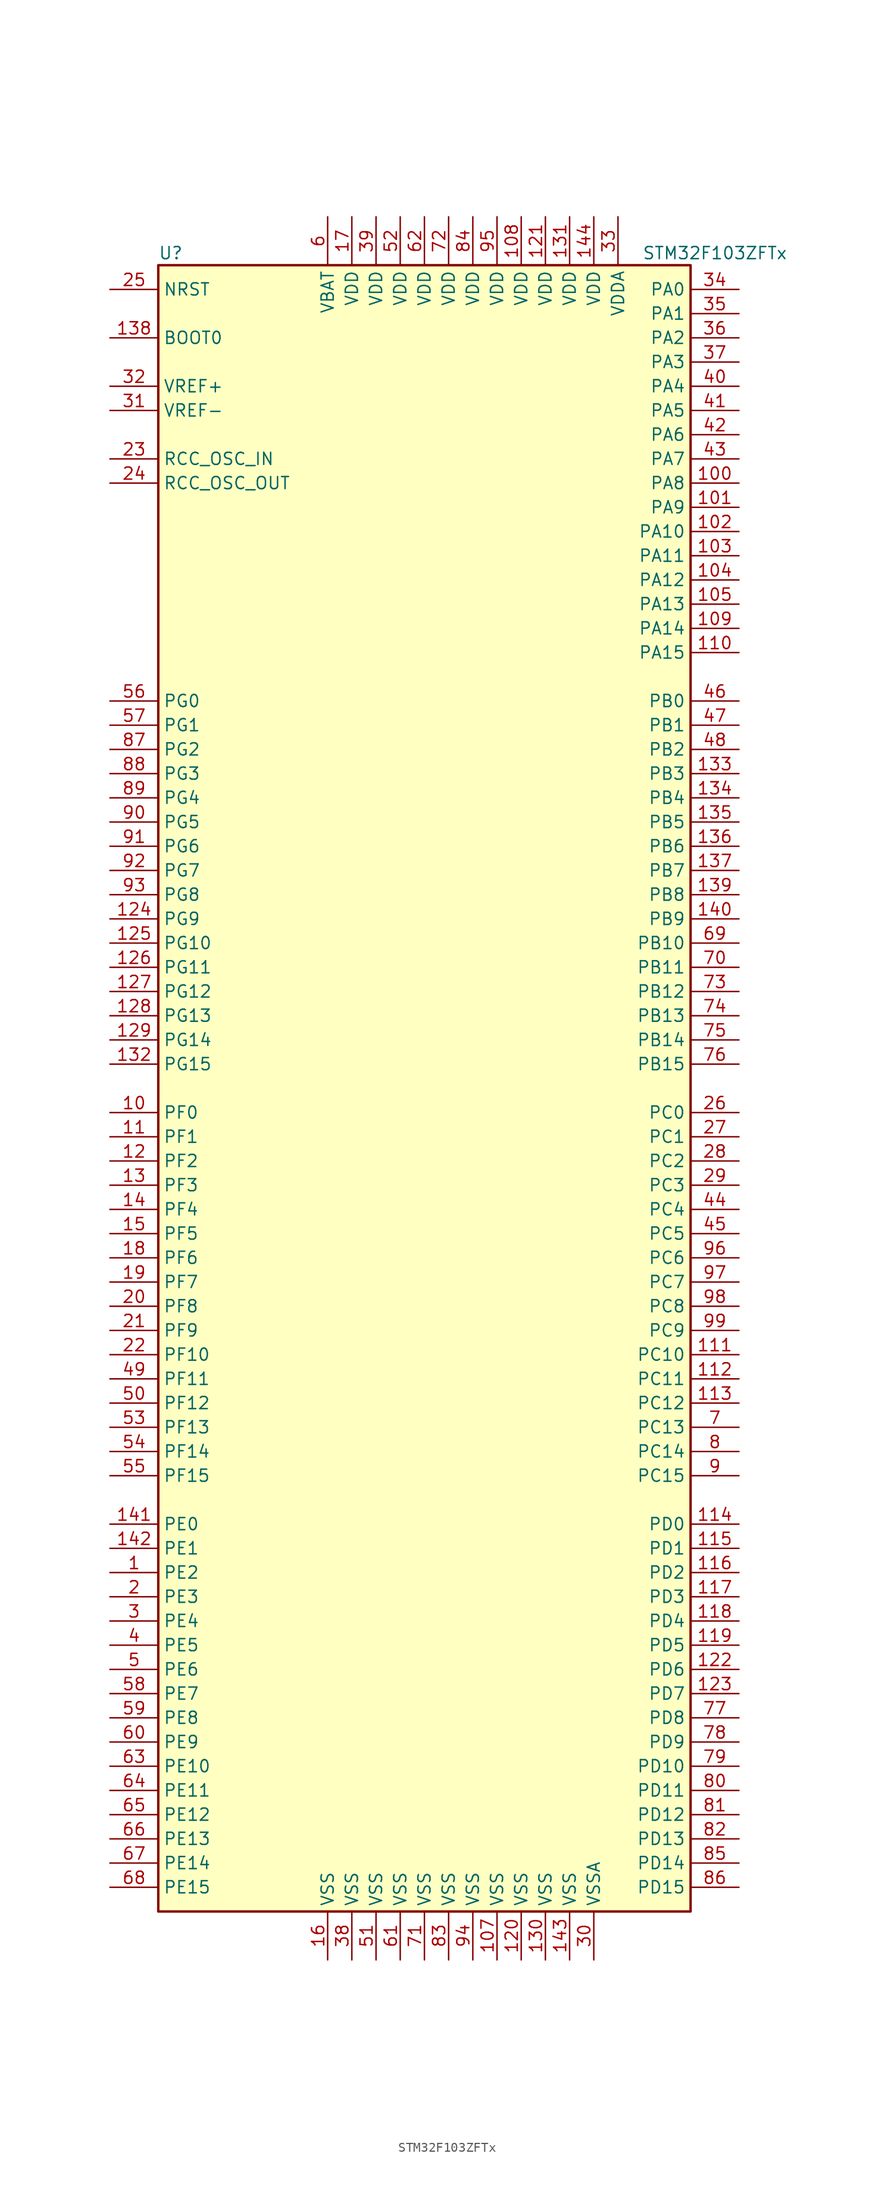
<source format=kicad_sym>
(kicad_symbol_lib
  (version 20201005)
  (generator kicad_symbol_editor)
  (symbol "MCU_ST_STM32F1:STM32F103ZFTx"
    (property "Reference" "U"
      (at -27.94 87.63 0)
      (effects (font (size 1.27 1.27)) (justify left)))
    (property "Value" "STM32F103ZFTx"
      (at 22.86 87.63 0)
      (effects (font (size 1.27 1.27)) (justify left)))
    (symbol "STM32F103ZFTx_0_1"
      (rectangle (start -27.94 -86.36) (end 27.94 86.36) (stroke (width 0.254)) (fill (type background))))
    (symbol "STM32F103ZFTx_1_1"
      (pin input line (at -33.02 78.74 0) (length 5.08) (name "BOOT0" (effects (font (size 1.27 1.27)))) (number "138" (effects (font (size 1.27 1.27)))))
      (pin no_connect line (at -27.94 -83.82 0) (length 5.08) hide (name "NC" (effects (font (size 1.27 1.27)))) (number "106" (effects (font (size 1.27 1.27)))))
      (pin input line (at -33.02 83.82 0) (length 5.08) (name "NRST" (effects (font (size 1.27 1.27)))) (number "25" (effects (font (size 1.27 1.27)))))
      (pin bidirectional line (at 33.02 83.82 180) (length 5.08) (name "PA0" (effects (font (size 1.27 1.27)))) (number "34" (effects (font (size 1.27 1.27)))))
      (pin bidirectional line (at 33.02 81.28 180) (length 5.08) (name "PA1" (effects (font (size 1.27 1.27)))) (number "35" (effects (font (size 1.27 1.27)))))
      (pin bidirectional line (at 33.02 58.42 180) (length 5.08) (name "PA10" (effects (font (size 1.27 1.27)))) (number "102" (effects (font (size 1.27 1.27)))))
      (pin bidirectional line (at 33.02 55.88 180) (length 5.08) (name "PA11" (effects (font (size 1.27 1.27)))) (number "103" (effects (font (size 1.27 1.27)))))
      (pin bidirectional line (at 33.02 53.34 180) (length 5.08) (name "PA12" (effects (font (size 1.27 1.27)))) (number "104" (effects (font (size 1.27 1.27)))))
      (pin bidirectional line (at 33.02 50.8 180) (length 5.08) (name "PA13" (effects (font (size 1.27 1.27)))) (number "105" (effects (font (size 1.27 1.27)))))
      (pin bidirectional line (at 33.02 48.26 180) (length 5.08) (name "PA14" (effects (font (size 1.27 1.27)))) (number "109" (effects (font (size 1.27 1.27)))))
      (pin bidirectional line (at 33.02 45.72 180) (length 5.08) (name "PA15" (effects (font (size 1.27 1.27)))) (number "110" (effects (font (size 1.27 1.27)))))
      (pin bidirectional line (at 33.02 78.74 180) (length 5.08) (name "PA2" (effects (font (size 1.27 1.27)))) (number "36" (effects (font (size 1.27 1.27)))))
      (pin bidirectional line (at 33.02 76.2 180) (length 5.08) (name "PA3" (effects (font (size 1.27 1.27)))) (number "37" (effects (font (size 1.27 1.27)))))
      (pin bidirectional line (at 33.02 73.66 180) (length 5.08) (name "PA4" (effects (font (size 1.27 1.27)))) (number "40" (effects (font (size 1.27 1.27)))))
      (pin bidirectional line (at 33.02 71.12 180) (length 5.08) (name "PA5" (effects (font (size 1.27 1.27)))) (number "41" (effects (font (size 1.27 1.27)))))
      (pin bidirectional line (at 33.02 68.58 180) (length 5.08) (name "PA6" (effects (font (size 1.27 1.27)))) (number "42" (effects (font (size 1.27 1.27)))))
      (pin bidirectional line (at 33.02 66.04 180) (length 5.08) (name "PA7" (effects (font (size 1.27 1.27)))) (number "43" (effects (font (size 1.27 1.27)))))
      (pin bidirectional line (at 33.02 63.5 180) (length 5.08) (name "PA8" (effects (font (size 1.27 1.27)))) (number "100" (effects (font (size 1.27 1.27)))))
      (pin bidirectional line (at 33.02 60.96 180) (length 5.08) (name "PA9" (effects (font (size 1.27 1.27)))) (number "101" (effects (font (size 1.27 1.27)))))
      (pin bidirectional line (at 33.02 40.64 180) (length 5.08) (name "PB0" (effects (font (size 1.27 1.27)))) (number "46" (effects (font (size 1.27 1.27)))))
      (pin bidirectional line (at 33.02 38.1 180) (length 5.08) (name "PB1" (effects (font (size 1.27 1.27)))) (number "47" (effects (font (size 1.27 1.27)))))
      (pin bidirectional line (at 33.02 15.24 180) (length 5.08) (name "PB10" (effects (font (size 1.27 1.27)))) (number "69" (effects (font (size 1.27 1.27)))))
      (pin bidirectional line (at 33.02 12.7 180) (length 5.08) (name "PB11" (effects (font (size 1.27 1.27)))) (number "70" (effects (font (size 1.27 1.27)))))
      (pin bidirectional line (at 33.02 10.16 180) (length 5.08) (name "PB12" (effects (font (size 1.27 1.27)))) (number "73" (effects (font (size 1.27 1.27)))))
      (pin bidirectional line (at 33.02 7.62 180) (length 5.08) (name "PB13" (effects (font (size 1.27 1.27)))) (number "74" (effects (font (size 1.27 1.27)))))
      (pin bidirectional line (at 33.02 5.08 180) (length 5.08) (name "PB14" (effects (font (size 1.27 1.27)))) (number "75" (effects (font (size 1.27 1.27)))))
      (pin bidirectional line (at 33.02 2.54 180) (length 5.08) (name "PB15" (effects (font (size 1.27 1.27)))) (number "76" (effects (font (size 1.27 1.27)))))
      (pin bidirectional line (at 33.02 35.56 180) (length 5.08) (name "PB2" (effects (font (size 1.27 1.27)))) (number "48" (effects (font (size 1.27 1.27)))))
      (pin bidirectional line (at 33.02 33.02 180) (length 5.08) (name "PB3" (effects (font (size 1.27 1.27)))) (number "133" (effects (font (size 1.27 1.27)))))
      (pin bidirectional line (at 33.02 30.48 180) (length 5.08) (name "PB4" (effects (font (size 1.27 1.27)))) (number "134" (effects (font (size 1.27 1.27)))))
      (pin bidirectional line (at 33.02 27.94 180) (length 5.08) (name "PB5" (effects (font (size 1.27 1.27)))) (number "135" (effects (font (size 1.27 1.27)))))
      (pin bidirectional line (at 33.02 25.4 180) (length 5.08) (name "PB6" (effects (font (size 1.27 1.27)))) (number "136" (effects (font (size 1.27 1.27)))))
      (pin bidirectional line (at 33.02 22.86 180) (length 5.08) (name "PB7" (effects (font (size 1.27 1.27)))) (number "137" (effects (font (size 1.27 1.27)))))
      (pin bidirectional line (at 33.02 20.32 180) (length 5.08) (name "PB8" (effects (font (size 1.27 1.27)))) (number "139" (effects (font (size 1.27 1.27)))))
      (pin bidirectional line (at 33.02 17.78 180) (length 5.08) (name "PB9" (effects (font (size 1.27 1.27)))) (number "140" (effects (font (size 1.27 1.27)))))
      (pin bidirectional line (at 33.02 -2.54 180) (length 5.08) (name "PC0" (effects (font (size 1.27 1.27)))) (number "26" (effects (font (size 1.27 1.27)))))
      (pin bidirectional line (at 33.02 -5.08 180) (length 5.08) (name "PC1" (effects (font (size 1.27 1.27)))) (number "27" (effects (font (size 1.27 1.27)))))
      (pin bidirectional line (at 33.02 -27.94 180) (length 5.08) (name "PC10" (effects (font (size 1.27 1.27)))) (number "111" (effects (font (size 1.27 1.27)))))
      (pin bidirectional line (at 33.02 -30.48 180) (length 5.08) (name "PC11" (effects (font (size 1.27 1.27)))) (number "112" (effects (font (size 1.27 1.27)))))
      (pin bidirectional line (at 33.02 -33.02 180) (length 5.08) (name "PC12" (effects (font (size 1.27 1.27)))) (number "113" (effects (font (size 1.27 1.27)))))
      (pin bidirectional line (at 33.02 -35.56 180) (length 5.08) (name "PC13" (effects (font (size 1.27 1.27)))) (number "7" (effects (font (size 1.27 1.27)))))
      (pin bidirectional line (at 33.02 -38.1 180) (length 5.08) (name "PC14" (effects (font (size 1.27 1.27)))) (number "8" (effects (font (size 1.27 1.27)))))
      (pin bidirectional line (at 33.02 -40.64 180) (length 5.08) (name "PC15" (effects (font (size 1.27 1.27)))) (number "9" (effects (font (size 1.27 1.27)))))
      (pin bidirectional line (at 33.02 -7.62 180) (length 5.08) (name "PC2" (effects (font (size 1.27 1.27)))) (number "28" (effects (font (size 1.27 1.27)))))
      (pin bidirectional line (at 33.02 -10.16 180) (length 5.08) (name "PC3" (effects (font (size 1.27 1.27)))) (number "29" (effects (font (size 1.27 1.27)))))
      (pin bidirectional line (at 33.02 -12.7 180) (length 5.08) (name "PC4" (effects (font (size 1.27 1.27)))) (number "44" (effects (font (size 1.27 1.27)))))
      (pin bidirectional line (at 33.02 -15.24 180) (length 5.08) (name "PC5" (effects (font (size 1.27 1.27)))) (number "45" (effects (font (size 1.27 1.27)))))
      (pin bidirectional line (at 33.02 -17.78 180) (length 5.08) (name "PC6" (effects (font (size 1.27 1.27)))) (number "96" (effects (font (size 1.27 1.27)))))
      (pin bidirectional line (at 33.02 -20.32 180) (length 5.08) (name "PC7" (effects (font (size 1.27 1.27)))) (number "97" (effects (font (size 1.27 1.27)))))
      (pin bidirectional line (at 33.02 -22.86 180) (length 5.08) (name "PC8" (effects (font (size 1.27 1.27)))) (number "98" (effects (font (size 1.27 1.27)))))
      (pin bidirectional line (at 33.02 -25.4 180) (length 5.08) (name "PC9" (effects (font (size 1.27 1.27)))) (number "99" (effects (font (size 1.27 1.27)))))
      (pin bidirectional line (at 33.02 -45.72 180) (length 5.08) (name "PD0" (effects (font (size 1.27 1.27)))) (number "114" (effects (font (size 1.27 1.27)))))
      (pin bidirectional line (at 33.02 -48.26 180) (length 5.08) (name "PD1" (effects (font (size 1.27 1.27)))) (number "115" (effects (font (size 1.27 1.27)))))
      (pin bidirectional line (at 33.02 -71.12 180) (length 5.08) (name "PD10" (effects (font (size 1.27 1.27)))) (number "79" (effects (font (size 1.27 1.27)))))
      (pin bidirectional line (at 33.02 -73.66 180) (length 5.08) (name "PD11" (effects (font (size 1.27 1.27)))) (number "80" (effects (font (size 1.27 1.27)))))
      (pin bidirectional line (at 33.02 -76.2 180) (length 5.08) (name "PD12" (effects (font (size 1.27 1.27)))) (number "81" (effects (font (size 1.27 1.27)))))
      (pin bidirectional line (at 33.02 -78.74 180) (length 5.08) (name "PD13" (effects (font (size 1.27 1.27)))) (number "82" (effects (font (size 1.27 1.27)))))
      (pin bidirectional line (at 33.02 -81.28 180) (length 5.08) (name "PD14" (effects (font (size 1.27 1.27)))) (number "85" (effects (font (size 1.27 1.27)))))
      (pin bidirectional line (at 33.02 -83.82 180) (length 5.08) (name "PD15" (effects (font (size 1.27 1.27)))) (number "86" (effects (font (size 1.27 1.27)))))
      (pin bidirectional line (at 33.02 -50.8 180) (length 5.08) (name "PD2" (effects (font (size 1.27 1.27)))) (number "116" (effects (font (size 1.27 1.27)))))
      (pin bidirectional line (at 33.02 -53.34 180) (length 5.08) (name "PD3" (effects (font (size 1.27 1.27)))) (number "117" (effects (font (size 1.27 1.27)))))
      (pin bidirectional line (at 33.02 -55.88 180) (length 5.08) (name "PD4" (effects (font (size 1.27 1.27)))) (number "118" (effects (font (size 1.27 1.27)))))
      (pin bidirectional line (at 33.02 -58.42 180) (length 5.08) (name "PD5" (effects (font (size 1.27 1.27)))) (number "119" (effects (font (size 1.27 1.27)))))
      (pin bidirectional line (at 33.02 -60.96 180) (length 5.08) (name "PD6" (effects (font (size 1.27 1.27)))) (number "122" (effects (font (size 1.27 1.27)))))
      (pin bidirectional line (at 33.02 -63.5 180) (length 5.08) (name "PD7" (effects (font (size 1.27 1.27)))) (number "123" (effects (font (size 1.27 1.27)))))
      (pin bidirectional line (at 33.02 -66.04 180) (length 5.08) (name "PD8" (effects (font (size 1.27 1.27)))) (number "77" (effects (font (size 1.27 1.27)))))
      (pin bidirectional line (at 33.02 -68.58 180) (length 5.08) (name "PD9" (effects (font (size 1.27 1.27)))) (number "78" (effects (font (size 1.27 1.27)))))
      (pin bidirectional line (at -33.02 -45.72 0) (length 5.08) (name "PE0" (effects (font (size 1.27 1.27)))) (number "141" (effects (font (size 1.27 1.27)))))
      (pin bidirectional line (at -33.02 -48.26 0) (length 5.08) (name "PE1" (effects (font (size 1.27 1.27)))) (number "142" (effects (font (size 1.27 1.27)))))
      (pin bidirectional line (at -33.02 -71.12 0) (length 5.08) (name "PE10" (effects (font (size 1.27 1.27)))) (number "63" (effects (font (size 1.27 1.27)))))
      (pin bidirectional line (at -33.02 -73.66 0) (length 5.08) (name "PE11" (effects (font (size 1.27 1.27)))) (number "64" (effects (font (size 1.27 1.27)))))
      (pin bidirectional line (at -33.02 -76.2 0) (length 5.08) (name "PE12" (effects (font (size 1.27 1.27)))) (number "65" (effects (font (size 1.27 1.27)))))
      (pin bidirectional line (at -33.02 -78.74 0) (length 5.08) (name "PE13" (effects (font (size 1.27 1.27)))) (number "66" (effects (font (size 1.27 1.27)))))
      (pin bidirectional line (at -33.02 -81.28 0) (length 5.08) (name "PE14" (effects (font (size 1.27 1.27)))) (number "67" (effects (font (size 1.27 1.27)))))
      (pin bidirectional line (at -33.02 -83.82 0) (length 5.08) (name "PE15" (effects (font (size 1.27 1.27)))) (number "68" (effects (font (size 1.27 1.27)))))
      (pin bidirectional line (at -33.02 -50.8 0) (length 5.08) (name "PE2" (effects (font (size 1.27 1.27)))) (number "1" (effects (font (size 1.27 1.27)))))
      (pin bidirectional line (at -33.02 -53.34 0) (length 5.08) (name "PE3" (effects (font (size 1.27 1.27)))) (number "2" (effects (font (size 1.27 1.27)))))
      (pin bidirectional line (at -33.02 -55.88 0) (length 5.08) (name "PE4" (effects (font (size 1.27 1.27)))) (number "3" (effects (font (size 1.27 1.27)))))
      (pin bidirectional line (at -33.02 -58.42 0) (length 5.08) (name "PE5" (effects (font (size 1.27 1.27)))) (number "4" (effects (font (size 1.27 1.27)))))
      (pin bidirectional line (at -33.02 -60.96 0) (length 5.08) (name "PE6" (effects (font (size 1.27 1.27)))) (number "5" (effects (font (size 1.27 1.27)))))
      (pin bidirectional line (at -33.02 -63.5 0) (length 5.08) (name "PE7" (effects (font (size 1.27 1.27)))) (number "58" (effects (font (size 1.27 1.27)))))
      (pin bidirectional line (at -33.02 -66.04 0) (length 5.08) (name "PE8" (effects (font (size 1.27 1.27)))) (number "59" (effects (font (size 1.27 1.27)))))
      (pin bidirectional line (at -33.02 -68.58 0) (length 5.08) (name "PE9" (effects (font (size 1.27 1.27)))) (number "60" (effects (font (size 1.27 1.27)))))
      (pin bidirectional line (at -33.02 -2.54 0) (length 5.08) (name "PF0" (effects (font (size 1.27 1.27)))) (number "10" (effects (font (size 1.27 1.27)))))
      (pin bidirectional line (at -33.02 -5.08 0) (length 5.08) (name "PF1" (effects (font (size 1.27 1.27)))) (number "11" (effects (font (size 1.27 1.27)))))
      (pin bidirectional line (at -33.02 -27.94 0) (length 5.08) (name "PF10" (effects (font (size 1.27 1.27)))) (number "22" (effects (font (size 1.27 1.27)))))
      (pin bidirectional line (at -33.02 -30.48 0) (length 5.08) (name "PF11" (effects (font (size 1.27 1.27)))) (number "49" (effects (font (size 1.27 1.27)))))
      (pin bidirectional line (at -33.02 -33.02 0) (length 5.08) (name "PF12" (effects (font (size 1.27 1.27)))) (number "50" (effects (font (size 1.27 1.27)))))
      (pin bidirectional line (at -33.02 -35.56 0) (length 5.08) (name "PF13" (effects (font (size 1.27 1.27)))) (number "53" (effects (font (size 1.27 1.27)))))
      (pin bidirectional line (at -33.02 -38.1 0) (length 5.08) (name "PF14" (effects (font (size 1.27 1.27)))) (number "54" (effects (font (size 1.27 1.27)))))
      (pin bidirectional line (at -33.02 -40.64 0) (length 5.08) (name "PF15" (effects (font (size 1.27 1.27)))) (number "55" (effects (font (size 1.27 1.27)))))
      (pin bidirectional line (at -33.02 -7.62 0) (length 5.08) (name "PF2" (effects (font (size 1.27 1.27)))) (number "12" (effects (font (size 1.27 1.27)))))
      (pin bidirectional line (at -33.02 -10.16 0) (length 5.08) (name "PF3" (effects (font (size 1.27 1.27)))) (number "13" (effects (font (size 1.27 1.27)))))
      (pin bidirectional line (at -33.02 -12.7 0) (length 5.08) (name "PF4" (effects (font (size 1.27 1.27)))) (number "14" (effects (font (size 1.27 1.27)))))
      (pin bidirectional line (at -33.02 -15.24 0) (length 5.08) (name "PF5" (effects (font (size 1.27 1.27)))) (number "15" (effects (font (size 1.27 1.27)))))
      (pin bidirectional line (at -33.02 -17.78 0) (length 5.08) (name "PF6" (effects (font (size 1.27 1.27)))) (number "18" (effects (font (size 1.27 1.27)))))
      (pin bidirectional line (at -33.02 -20.32 0) (length 5.08) (name "PF7" (effects (font (size 1.27 1.27)))) (number "19" (effects (font (size 1.27 1.27)))))
      (pin bidirectional line (at -33.02 -22.86 0) (length 5.08) (name "PF8" (effects (font (size 1.27 1.27)))) (number "20" (effects (font (size 1.27 1.27)))))
      (pin bidirectional line (at -33.02 -25.4 0) (length 5.08) (name "PF9" (effects (font (size 1.27 1.27)))) (number "21" (effects (font (size 1.27 1.27)))))
      (pin bidirectional line (at -33.02 40.64 0) (length 5.08) (name "PG0" (effects (font (size 1.27 1.27)))) (number "56" (effects (font (size 1.27 1.27)))))
      (pin bidirectional line (at -33.02 38.1 0) (length 5.08) (name "PG1" (effects (font (size 1.27 1.27)))) (number "57" (effects (font (size 1.27 1.27)))))
      (pin bidirectional line (at -33.02 15.24 0) (length 5.08) (name "PG10" (effects (font (size 1.27 1.27)))) (number "125" (effects (font (size 1.27 1.27)))))
      (pin bidirectional line (at -33.02 12.7 0) (length 5.08) (name "PG11" (effects (font (size 1.27 1.27)))) (number "126" (effects (font (size 1.27 1.27)))))
      (pin bidirectional line (at -33.02 10.16 0) (length 5.08) (name "PG12" (effects (font (size 1.27 1.27)))) (number "127" (effects (font (size 1.27 1.27)))))
      (pin bidirectional line (at -33.02 7.62 0) (length 5.08) (name "PG13" (effects (font (size 1.27 1.27)))) (number "128" (effects (font (size 1.27 1.27)))))
      (pin bidirectional line (at -33.02 5.08 0) (length 5.08) (name "PG14" (effects (font (size 1.27 1.27)))) (number "129" (effects (font (size 1.27 1.27)))))
      (pin bidirectional line (at -33.02 2.54 0) (length 5.08) (name "PG15" (effects (font (size 1.27 1.27)))) (number "132" (effects (font (size 1.27 1.27)))))
      (pin bidirectional line (at -33.02 35.56 0) (length 5.08) (name "PG2" (effects (font (size 1.27 1.27)))) (number "87" (effects (font (size 1.27 1.27)))))
      (pin bidirectional line (at -33.02 33.02 0) (length 5.08) (name "PG3" (effects (font (size 1.27 1.27)))) (number "88" (effects (font (size 1.27 1.27)))))
      (pin bidirectional line (at -33.02 30.48 0) (length 5.08) (name "PG4" (effects (font (size 1.27 1.27)))) (number "89" (effects (font (size 1.27 1.27)))))
      (pin bidirectional line (at -33.02 27.94 0) (length 5.08) (name "PG5" (effects (font (size 1.27 1.27)))) (number "90" (effects (font (size 1.27 1.27)))))
      (pin bidirectional line (at -33.02 25.4 0) (length 5.08) (name "PG6" (effects (font (size 1.27 1.27)))) (number "91" (effects (font (size 1.27 1.27)))))
      (pin bidirectional line (at -33.02 22.86 0) (length 5.08) (name "PG7" (effects (font (size 1.27 1.27)))) (number "92" (effects (font (size 1.27 1.27)))))
      (pin bidirectional line (at -33.02 20.32 0) (length 5.08) (name "PG8" (effects (font (size 1.27 1.27)))) (number "93" (effects (font (size 1.27 1.27)))))
      (pin bidirectional line (at -33.02 17.78 0) (length 5.08) (name "PG9" (effects (font (size 1.27 1.27)))) (number "124" (effects (font (size 1.27 1.27)))))
      (pin input line (at -33.02 66.04 0) (length 5.08) (name "RCC_OSC_IN" (effects (font (size 1.27 1.27)))) (number "23" (effects (font (size 1.27 1.27)))))
      (pin input line (at -33.02 63.5 0) (length 5.08) (name "RCC_OSC_OUT" (effects (font (size 1.27 1.27)))) (number "24" (effects (font (size 1.27 1.27)))))
      (pin power_in line (at -10.16 91.44 270) (length 5.08) (name "VBAT" (effects (font (size 1.27 1.27)))) (number "6" (effects (font (size 1.27 1.27)))))
      (pin power_in line (at 10.16 91.44 270) (length 5.08) (name "VDD" (effects (font (size 1.27 1.27)))) (number "108" (effects (font (size 1.27 1.27)))))
      (pin power_in line (at 12.7 91.44 270) (length 5.08) (name "VDD" (effects (font (size 1.27 1.27)))) (number "121" (effects (font (size 1.27 1.27)))))
      (pin power_in line (at 15.24 91.44 270) (length 5.08) (name "VDD" (effects (font (size 1.27 1.27)))) (number "131" (effects (font (size 1.27 1.27)))))
      (pin power_in line (at 17.78 91.44 270) (length 5.08) (name "VDD" (effects (font (size 1.27 1.27)))) (number "144" (effects (font (size 1.27 1.27)))))
      (pin power_in line (at -7.62 91.44 270) (length 5.08) (name "VDD" (effects (font (size 1.27 1.27)))) (number "17" (effects (font (size 1.27 1.27)))))
      (pin power_in line (at -5.08 91.44 270) (length 5.08) (name "VDD" (effects (font (size 1.27 1.27)))) (number "39" (effects (font (size 1.27 1.27)))))
      (pin power_in line (at -2.54 91.44 270) (length 5.08) (name "VDD" (effects (font (size 1.27 1.27)))) (number "52" (effects (font (size 1.27 1.27)))))
      (pin power_in line (at 0 91.44 270) (length 5.08) (name "VDD" (effects (font (size 1.27 1.27)))) (number "62" (effects (font (size 1.27 1.27)))))
      (pin power_in line (at 2.54 91.44 270) (length 5.08) (name "VDD" (effects (font (size 1.27 1.27)))) (number "72" (effects (font (size 1.27 1.27)))))
      (pin power_in line (at 5.08 91.44 270) (length 5.08) (name "VDD" (effects (font (size 1.27 1.27)))) (number "84" (effects (font (size 1.27 1.27)))))
      (pin power_in line (at 7.62 91.44 270) (length 5.08) (name "VDD" (effects (font (size 1.27 1.27)))) (number "95" (effects (font (size 1.27 1.27)))))
      (pin power_in line (at 20.32 91.44 270) (length 5.08) (name "VDDA" (effects (font (size 1.27 1.27)))) (number "33" (effects (font (size 1.27 1.27)))))
      (pin power_in line (at -33.02 73.66 0) (length 5.08) (name "VREF+" (effects (font (size 1.27 1.27)))) (number "32" (effects (font (size 1.27 1.27)))))
      (pin power_in line (at -33.02 71.12 0) (length 5.08) (name "VREF-" (effects (font (size 1.27 1.27)))) (number "31" (effects (font (size 1.27 1.27)))))
      (pin power_in line (at 7.62 -91.44 90) (length 5.08) (name "VSS" (effects (font (size 1.27 1.27)))) (number "107" (effects (font (size 1.27 1.27)))))
      (pin power_in line (at 10.16 -91.44 90) (length 5.08) (name "VSS" (effects (font (size 1.27 1.27)))) (number "120" (effects (font (size 1.27 1.27)))))
      (pin power_in line (at 12.7 -91.44 90) (length 5.08) (name "VSS" (effects (font (size 1.27 1.27)))) (number "130" (effects (font (size 1.27 1.27)))))
      (pin power_in line (at 15.24 -91.44 90) (length 5.08) (name "VSS" (effects (font (size 1.27 1.27)))) (number "143" (effects (font (size 1.27 1.27)))))
      (pin power_in line (at -10.16 -91.44 90) (length 5.08) (name "VSS" (effects (font (size 1.27 1.27)))) (number "16" (effects (font (size 1.27 1.27)))))
      (pin power_in line (at -7.62 -91.44 90) (length 5.08) (name "VSS" (effects (font (size 1.27 1.27)))) (number "38" (effects (font (size 1.27 1.27)))))
      (pin power_in line (at -5.08 -91.44 90) (length 5.08) (name "VSS" (effects (font (size 1.27 1.27)))) (number "51" (effects (font (size 1.27 1.27)))))
      (pin power_in line (at -2.54 -91.44 90) (length 5.08) (name "VSS" (effects (font (size 1.27 1.27)))) (number "61" (effects (font (size 1.27 1.27)))))
      (pin power_in line (at 0 -91.44 90) (length 5.08) (name "VSS" (effects (font (size 1.27 1.27)))) (number "71" (effects (font (size 1.27 1.27)))))
      (pin power_in line (at 2.54 -91.44 90) (length 5.08) (name "VSS" (effects (font (size 1.27 1.27)))) (number "83" (effects (font (size 1.27 1.27)))))
      (pin power_in line (at 5.08 -91.44 90) (length 5.08) (name "VSS" (effects (font (size 1.27 1.27)))) (number "94" (effects (font (size 1.27 1.27)))))
      (pin power_in line (at 17.78 -91.44 90) (length 5.08) (name "VSSA" (effects (font (size 1.27 1.27)))) (number "30" (effects (font (size 1.27 1.27))))))))
</source>
